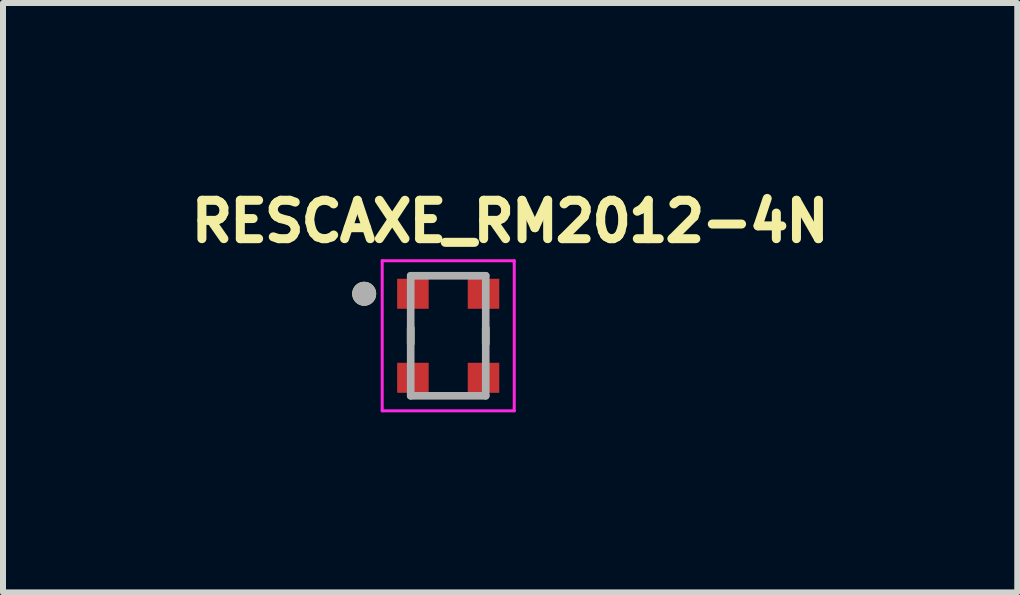
<source format=kicad_pcb>
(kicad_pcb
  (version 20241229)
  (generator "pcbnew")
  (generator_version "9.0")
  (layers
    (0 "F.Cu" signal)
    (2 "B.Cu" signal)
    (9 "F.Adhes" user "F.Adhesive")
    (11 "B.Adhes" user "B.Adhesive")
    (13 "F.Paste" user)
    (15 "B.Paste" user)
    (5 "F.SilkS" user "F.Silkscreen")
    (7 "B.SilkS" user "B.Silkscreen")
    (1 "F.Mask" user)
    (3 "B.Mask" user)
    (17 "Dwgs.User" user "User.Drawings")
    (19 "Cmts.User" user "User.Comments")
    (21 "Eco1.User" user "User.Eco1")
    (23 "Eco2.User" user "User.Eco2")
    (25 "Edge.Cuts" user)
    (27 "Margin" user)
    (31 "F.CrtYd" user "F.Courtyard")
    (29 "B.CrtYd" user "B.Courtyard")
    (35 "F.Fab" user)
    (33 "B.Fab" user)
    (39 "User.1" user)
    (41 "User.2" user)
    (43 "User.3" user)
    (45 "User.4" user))
  (footprint "RESCAXE_RM2012-4N"
    (layer "F.Cu")
    (at 4.417 2.544)
    (property "Reference" "RESCAXE_RM2012-4N" (at 1.032 -1.906 0) (layer "F.SilkS") (effects (font (size 0.64 0.64) (thickness 0.15))))
    (attr smd)
    (fp_line (start -0.625 -0.13) (end -0.625 0.13) (stroke (width 0.127) (type solid)) (layer "F.SilkS"))
    (fp_line (start 0.625 -0.13) (end 0.625 0.13) (stroke (width 0.127) (type solid)) (layer "F.SilkS"))
    (fp_circle (center -1.4 -0.7) (end -1.3 -0.7) (stroke (width 0.2) (type solid)) (fill no) (layer "F.SilkS"))
    (fp_line (start -1.1 -1.25) (end 1.1 -1.25) (stroke (width 0.05) (type solid)) (layer "F.CrtYd"))
    (fp_line (start -1.1 1.25) (end -1.1 -1.25) (stroke (width 0.05) (type solid)) (layer "F.CrtYd"))
    (fp_line (start 1.1 -1.25) (end 1.1 1.25) (stroke (width 0.05) (type solid)) (layer "F.CrtYd"))
    (fp_line (start 1.1 1.25) (end -1.1 1.25) (stroke (width 0.05) (type solid)) (layer "F.CrtYd"))
    (fp_line (start -0.625 -1) (end 0.625 -1) (stroke (width 0.127) (type solid)) (layer "F.Fab"))
    (fp_line (start -0.625 1) (end -0.625 -1) (stroke (width 0.127) (type solid)) (layer "F.Fab"))
    (fp_line (start 0.625 -1) (end 0.625 1) (stroke (width 0.127) (type solid)) (layer "F.Fab"))
    (fp_line (start 0.625 1) (end -0.625 1) (stroke (width 0.127) (type solid)) (layer "F.Fab"))
    (fp_circle (center -1.4 -0.7) (end -1.3 -0.7) (stroke (width 0.2) (type solid)) (fill no) (layer "F.Fab"))
    (pad "1" smd rect (at -0.588 -0.7) (size 0.525 0.5) (layers "F.Cu" "F.Mask" "F.Paste"))
    (pad "2" smd rect (at -0.588 0.7) (size 0.525 0.5) (layers "F.Cu" "F.Mask" "F.Paste"))
    (pad "3" smd rect (at 0.588 0.7 180) (size 0.525 0.5) (layers "F.Cu" "F.Mask" "F.Paste"))
    (pad "4" smd rect (at 0.588 -0.7 180) (size 0.525 0.5) (layers "F.Cu" "F.Mask" "F.Paste")))
  (gr_rect
    (start -3 -3)
    (end 13.897 6.819)
    (stroke (width 0.1) (type default))
    (fill no)
    (layer "Edge.Cuts")))
</source>
